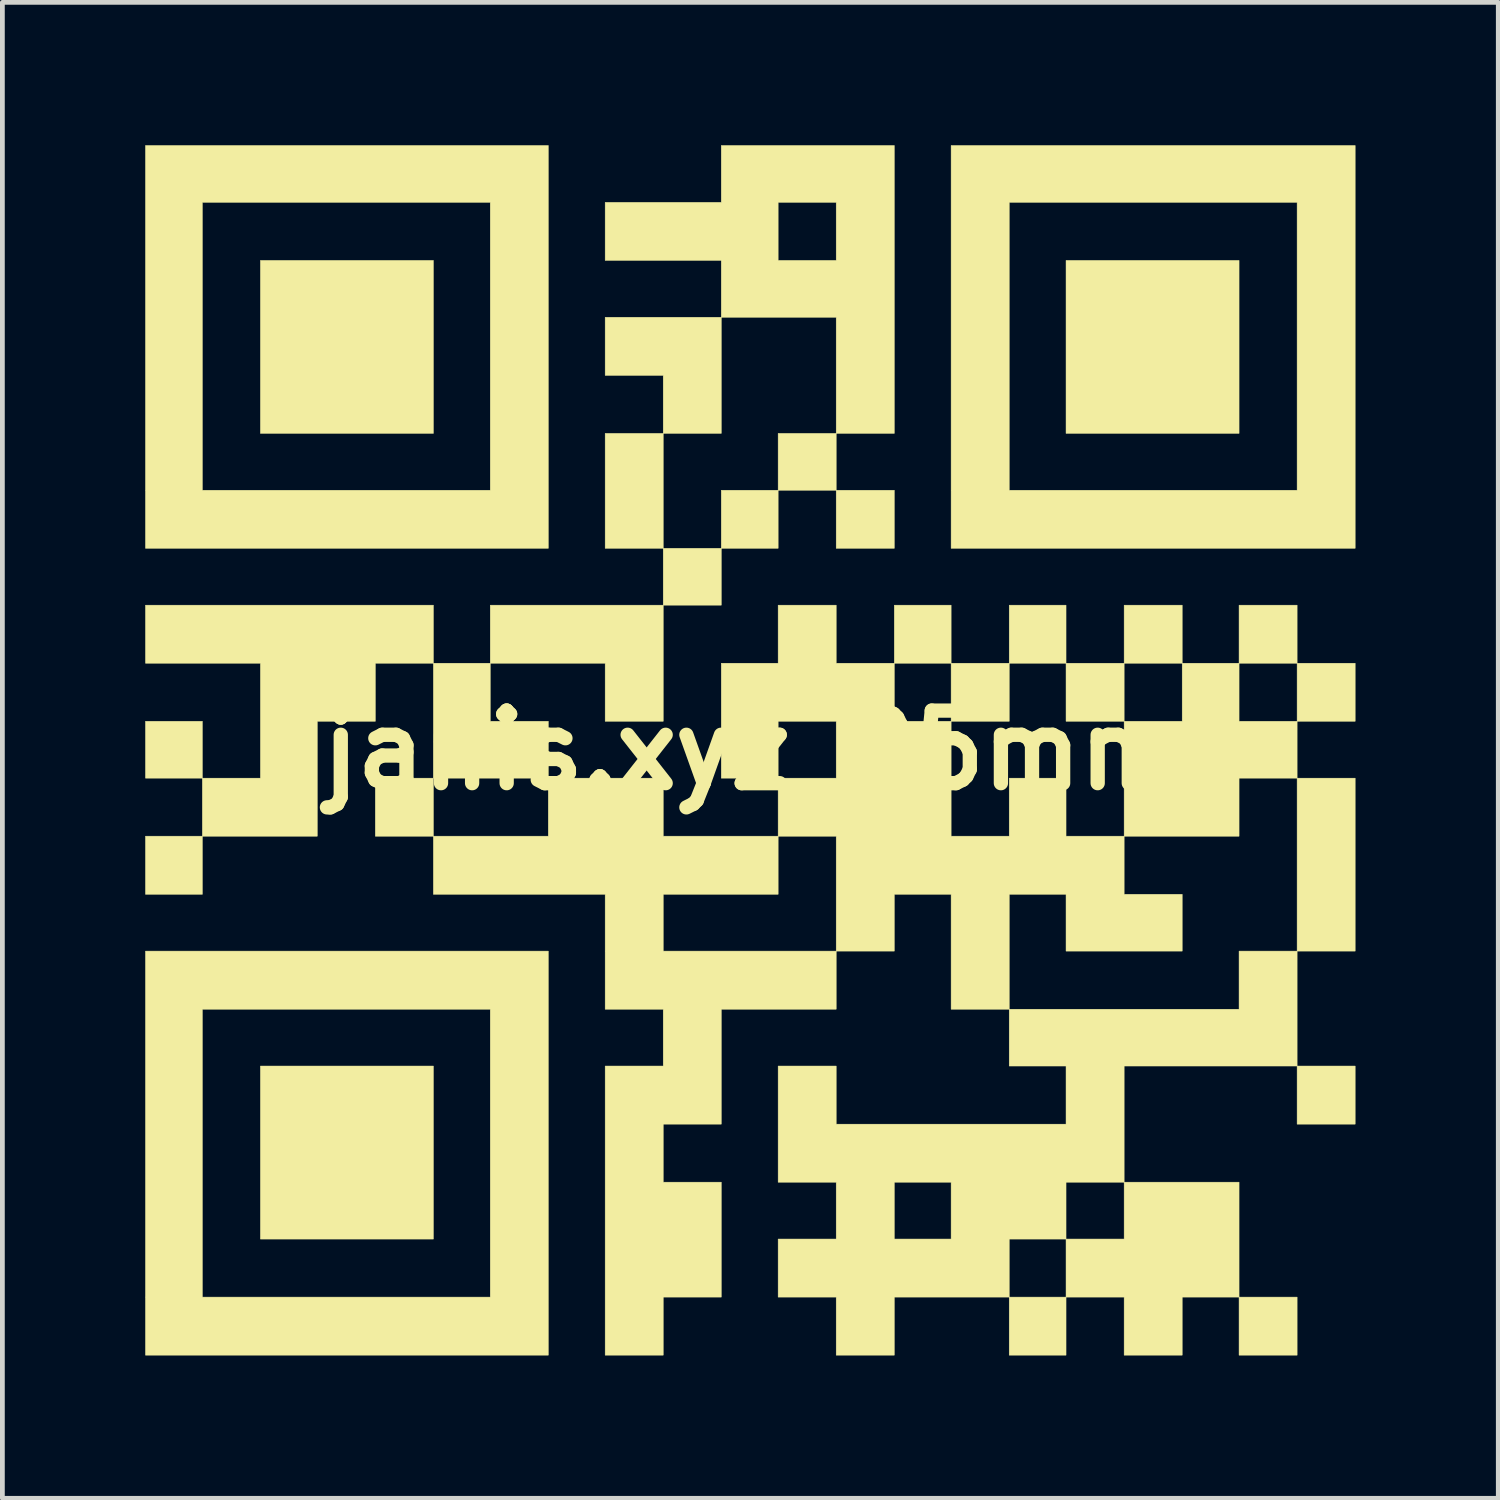
<source format=kicad_pcb>
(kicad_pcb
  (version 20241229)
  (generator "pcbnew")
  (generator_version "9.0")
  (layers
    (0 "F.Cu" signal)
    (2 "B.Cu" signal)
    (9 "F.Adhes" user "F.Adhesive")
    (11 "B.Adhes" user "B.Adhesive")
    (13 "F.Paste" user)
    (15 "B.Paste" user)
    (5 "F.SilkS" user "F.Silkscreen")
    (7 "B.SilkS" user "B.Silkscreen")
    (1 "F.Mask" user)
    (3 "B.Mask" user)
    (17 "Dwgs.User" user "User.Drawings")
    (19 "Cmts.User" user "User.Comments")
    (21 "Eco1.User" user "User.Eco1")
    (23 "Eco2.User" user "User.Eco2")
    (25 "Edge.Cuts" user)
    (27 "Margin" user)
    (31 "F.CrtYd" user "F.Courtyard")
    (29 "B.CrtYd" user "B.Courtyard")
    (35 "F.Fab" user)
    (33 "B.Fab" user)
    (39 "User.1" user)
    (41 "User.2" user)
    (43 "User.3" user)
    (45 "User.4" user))
  (footprint "janis.xyz_25mm"
    (layer "F.Cu")
    (at 12.705 12.705)
    (property "Reference" "janis.xyz_25mm" (at 0 0 0) (layer "F.SilkS") (effects (font (size 1.524 1.524) (thickness 0.3))))
    (attr through_hole)
    (fp_poly (pts (xy -12.7 0.584) (xy -12.7 -0.61) (xy -11.506 -0.61) (xy -11.506 0.584) (xy -12.7 0.584)) (stroke (width 0.01) (type solid)) (fill yes) (layer "F.SilkS"))
    (fp_poly (pts (xy -11.506 3.023) (xy -12.7 3.023) (xy -12.7 1.803) (xy -11.506 1.803) (xy -11.506 3.023)) (stroke (width 0.01) (type solid)) (fill yes) (layer "F.SilkS"))
    (fp_poly (pts (xy -7.874 1.803) (xy -7.874 0.584) (xy -6.655 0.584) (xy -6.655 1.803) (xy -7.874 1.803)) (stroke (width 0.01) (type solid)) (fill yes) (layer "F.SilkS"))
    (fp_poly (pts (xy -6.655 -6.655) (xy -10.287 -6.655) (xy -10.287 -10.287) (xy -6.655 -10.287) (xy -6.655 -6.655)) (stroke (width 0.01) (type solid)) (fill yes) (layer "F.SilkS"))
    (fp_poly (pts (xy -6.655 10.262) (xy -10.287 10.262) (xy -10.287 6.629) (xy -6.655 6.629) (xy -6.655 10.262)) (stroke (width 0.01) (type solid)) (fill yes) (layer "F.SilkS"))
    (fp_poly (pts (xy 3.023 -4.242) (xy 1.803 -4.242) (xy 1.803 -5.461) (xy 3.023 -5.461) (xy 3.023 -4.242)) (stroke (width 0.01) (type solid)) (fill yes) (layer "F.SilkS"))
    (fp_poly (pts (xy 6.629 12.7) (xy 5.436 12.7) (xy 5.436 11.481) (xy 6.629 11.481) (xy 6.629 12.7)) (stroke (width 0.01) (type solid)) (fill yes) (layer "F.SilkS"))
    (fp_poly (pts (xy 10.262 -6.655) (xy 6.629 -6.655) (xy 6.629 -10.287) (xy 10.262 -10.287) (xy 10.262 -6.655)) (stroke (width 0.01) (type solid)) (fill yes) (layer "F.SilkS"))
    (fp_poly (pts (xy 10.262 -3.048) (xy 11.481 -3.048) (xy 11.481 -1.829) (xy 10.262 -1.829) (xy 10.262 -3.048)) (stroke (width 0.01) (type solid)) (fill yes) (layer "F.SilkS"))
    (fp_poly (pts (xy 11.481 -1.829) (xy 12.7 -1.829) (xy 12.7 -0.61) (xy 11.481 -0.61) (xy 11.481 -1.829)) (stroke (width 0.01) (type solid)) (fill yes) (layer "F.SilkS"))
    (fp_poly (pts (xy 11.481 0.584) (xy 12.7 0.584) (xy 12.7 4.216) (xy 11.481 4.216) (xy 11.481 0.584)) (stroke (width 0.01) (type solid)) (fill yes) (layer "F.SilkS"))
    (fp_poly (pts (xy 11.481 12.7) (xy 10.262 12.7) (xy 10.262 11.481) (xy 11.481 11.481) (xy 11.481 12.7)) (stroke (width 0.01) (type solid)) (fill yes) (layer "F.SilkS"))
    (fp_poly (pts (xy 12.7 7.849) (xy 11.481 7.849) (xy 11.481 6.629) (xy 12.7 6.629) (xy 12.7 7.849)) (stroke (width 0.01) (type solid)) (fill yes) (layer "F.SilkS"))
    (fp_poly (pts (xy -6.655 -1.829) (xy -5.461 -1.829) (xy -5.461 -0.61) (xy -4.242 -0.61) (xy -4.242 0.584) (xy -6.655 0.584) (xy -6.655 -1.829)) (stroke (width 0.01) (type solid)) (fill yes) (layer "F.SilkS"))
    (fp_poly (pts (xy -5.461 -3.048) (xy -1.829 -3.048) (xy -1.829 -0.61) (xy -3.048 -0.61) (xy -3.048 -1.829) (xy -5.461 -1.829) (xy -5.461 -3.048)) (stroke (width 0.01) (type solid)) (fill yes) (layer "F.SilkS"))
    (fp_poly (pts (xy 6.629 10.262) (xy 7.849 10.262) (xy 7.849 9.068) (xy 10.262 9.068) (xy 10.262 11.481) (xy 9.068 11.481) (xy 9.068 12.7) (xy 7.849 12.7) (xy 7.849 11.481) (xy 6.629 11.481) (xy 6.629 10.262)) (stroke (width 0.01) (type solid)) (fill yes) (layer "F.SilkS"))
    (fp_poly (pts (xy -4.242 -4.242) (xy -12.7 -4.242) (xy -12.7 -11.506) (xy -11.506 -11.506) (xy -11.506 -5.461) (xy -5.461 -5.461) (xy -5.461 -11.506) (xy -11.506 -11.506) (xy -12.7 -11.506) (xy -12.7 -12.7) (xy -4.242 -12.7) (xy -4.242 -4.242)) (stroke (width 0.01) (type solid)) (fill yes) (layer "F.SilkS"))
    (fp_poly (pts (xy -4.242 12.7) (xy -12.7 12.7) (xy -12.7 5.436) (xy -11.506 5.436) (xy -11.506 11.481) (xy -5.461 11.481) (xy -5.461 5.436) (xy -11.506 5.436) (xy -12.7 5.436) (xy -12.7 4.216) (xy -4.242 4.216) (xy -4.242 12.7)) (stroke (width 0.01) (type solid)) (fill yes) (layer "F.SilkS"))
    (fp_poly (pts (xy 12.7 -4.242) (xy 4.216 -4.242) (xy 4.216 -11.506) (xy 5.436 -11.506) (xy 5.436 -5.461) (xy 11.481 -5.461) (xy 11.481 -11.506) (xy 5.436 -11.506) (xy 4.216 -11.506) (xy 4.216 -12.7) (xy 12.7 -12.7) (xy 12.7 -4.242)) (stroke (width 0.01) (type solid)) (fill yes) (layer "F.SilkS"))
    (fp_poly (pts (xy -11.506 0.584) (xy -10.287 0.584) (xy -10.287 -1.829) (xy -12.7 -1.829) (xy -12.7 -3.048) (xy -6.655 -3.048) (xy -6.655 -1.829) (xy -7.874 -1.829) (xy -7.874 -0.61) (xy -9.093 -0.61) (xy -9.093 1.803) (xy -11.506 1.803) (xy -11.506 0.584)) (stroke (width 0.01) (type solid)) (fill yes) (layer "F.SilkS"))
    (fp_poly (pts (xy 11.481 6.629) (xy 7.849 6.629) (xy 7.849 9.068) (xy 6.629 9.068) (xy 6.629 10.262) (xy 5.436 10.262) (xy 5.436 11.481) (xy 3.023 11.481) (xy 3.023 12.7) (xy 1.803 12.7) (xy 1.803 11.481) (xy 0.584 11.481) (xy 0.584 10.262) (xy 1.803 10.262) (xy 1.803 9.068) (xy 3.023 9.068) (xy 3.023 10.262) (xy 4.216 10.262) (xy 4.216 9.068) (xy 3.023 9.068) (xy 1.803 9.068) (xy 0.584 9.068) (xy 0.584 6.629) (xy 1.803 6.629) (xy 1.803 7.849) (xy 6.629 7.849) (xy 6.629 6.629) (xy 5.436 6.629) (xy 5.436 5.436) (xy 10.262 5.436) (xy 10.262 4.216) (xy 11.481 4.216) (xy 11.481 6.629)) (stroke (width 0.01) (type solid)) (fill yes) (layer "F.SilkS"))
    (fp_poly (pts (xy -1.829 -4.242) (xy -3.048 -4.242) (xy -3.048 -6.655) (xy -1.829 -6.655) (xy -1.829 -4.242) (xy -0.61 -4.242) (xy -0.61 -5.461) (xy 0.584 -5.461) (xy 0.584 -6.655) (xy 1.803 -6.655) (xy 1.803 -9.093) (xy -0.61 -9.093) (xy -0.61 -6.655) (xy -1.829 -6.655) (xy -1.829 -7.874) (xy -3.048 -7.874) (xy -3.048 -9.093) (xy -0.61 -9.093) (xy -0.61 -10.287) (xy -3.048 -10.287) (xy -3.048 -11.506) (xy -0.61 -11.506) (xy 0.584 -11.506) (xy 0.584 -10.287) (xy 1.803 -10.287) (xy 1.803 -11.506) (xy 0.584 -11.506) (xy -0.61 -11.506) (xy -0.61 -12.7) (xy 3.023 -12.7) (xy 3.023 -6.655) (xy 1.803 -6.655) (xy 1.803 -5.461) (xy 0.584 -5.461) (xy 0.584 -4.242) (xy -0.61 -4.242) (xy -0.61 -3.048) (xy -1.829 -3.048) (xy -1.829 -4.242)) (stroke (width 0.01) (type solid)) (fill yes) (layer "F.SilkS"))
    (fp_poly (pts (xy 10.262 -0.61) (xy 11.481 -0.61) (xy 11.481 0.584) (xy 10.262 0.584) (xy 10.262 1.803) (xy 7.849 1.803) (xy 7.849 3.023) (xy 9.068 3.023) (xy 9.068 4.216) (xy 6.629 4.216) (xy 6.629 3.023) (xy 5.436 3.023) (xy 5.436 5.436) (xy 4.216 5.436) (xy 4.216 3.023) (xy 3.023 3.023) (xy 3.023 4.216) (xy 1.803 4.216) (xy 1.803 5.436) (xy -0.61 5.436) (xy -0.61 7.849) (xy -1.829 7.849) (xy -1.829 9.068) (xy -0.61 9.068) (xy -0.61 11.481) (xy -1.829 11.481) (xy -1.829 12.7) (xy -3.048 12.7) (xy -3.048 6.629) (xy -1.829 6.629) (xy -1.829 5.436) (xy -3.048 5.436) (xy -3.048 3.023) (xy -1.829 3.023) (xy -1.829 4.216) (xy 1.803 4.216) (xy 1.803 1.803) (xy 0.584 1.803) (xy 0.584 3.023) (xy -1.829 3.023) (xy -3.048 3.023) (xy -6.655 3.023) (xy -6.655 1.803) (xy -4.242 1.803) (xy -4.242 0.584) (xy -1.829 0.584) (xy -1.829 1.803) (xy 0.584 1.803) (xy 0.584 0.584) (xy -0.61 0.584) (xy -0.61 -0.61) (xy 0.584 -0.61) (xy 0.584 0.584) (xy 1.803 0.584) (xy 1.803 -0.61) (xy 0.584 -0.61) (xy -0.61 -0.61) (xy -0.61 -1.829) (xy 0.584 -1.829) (xy 0.584 -3.048) (xy 1.803 -3.048) (xy 1.803 -1.829) (xy 3.023 -1.829) (xy 3.023 -0.61) (xy 4.216 -0.61) (xy 4.216 1.803) (xy 5.436 1.803) (xy 5.436 0.584) (xy 6.629 0.584) (xy 6.629 1.803) (xy 7.849 1.803) (xy 7.849 -0.61) (xy 6.629 -0.61) (xy 6.629 -1.829) (xy 5.436 -1.829) (xy 5.436 -0.61) (xy 4.216 -0.61) (xy 4.216 -1.829) (xy 3.023 -1.829) (xy 3.023 -3.048) (xy 4.216 -3.048) (xy 4.216 -1.829) (xy 5.436 -1.829) (xy 5.436 -3.048) (xy 6.629 -3.048) (xy 6.629 -1.829) (xy 7.849 -1.829) (xy 7.849 -0.61) (xy 9.068 -0.61) (xy 9.068 -1.829) (xy 7.849 -1.829) (xy 7.849 -3.048) (xy 9.068 -3.048) (xy 9.068 -1.829) (xy 10.262 -1.829) (xy 10.262 -0.61)) (stroke (width 0.01) (type solid)) (fill yes) (layer "F.SilkS")))
  (gr_rect
    (start -3 -3)
    (end 28.41 28.41)
    (stroke (width 0.1) (type default))
    (fill no)
    (layer "Edge.Cuts")))
</source>
